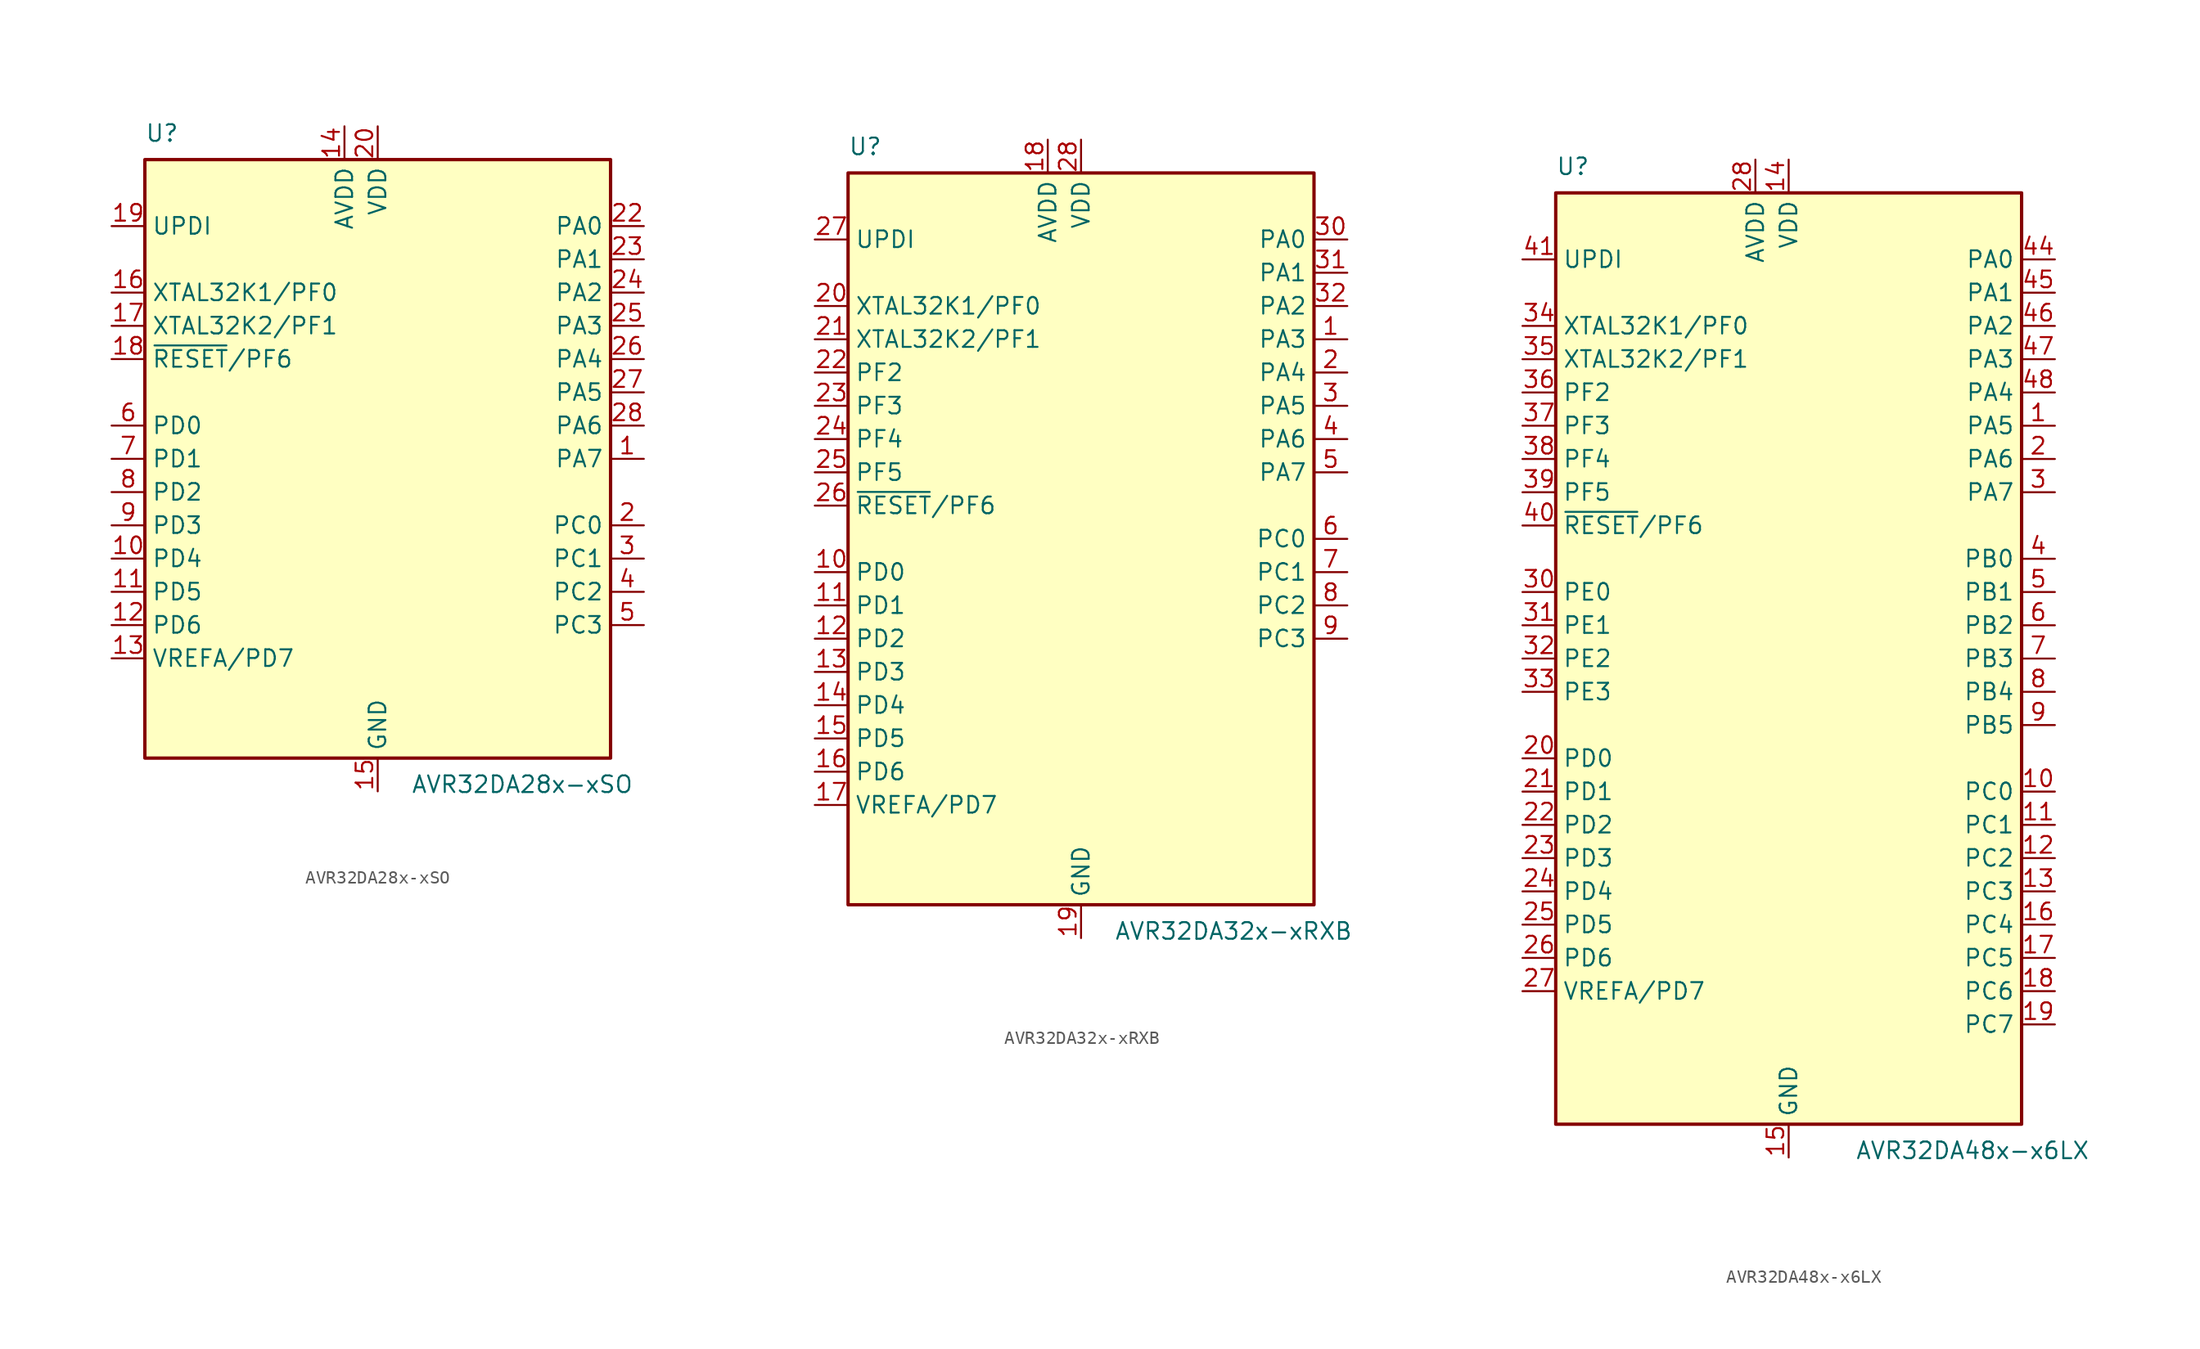
<source format=kicad_sym>
(kicad_symbol_lib
  (version 20231120)
  (generator "kicad_symbol_editor")
  (generator_version "8.0")
  (symbol "AVR32DA28x-xSO"
    (property "Reference" "U"
      (at -17.78 24.13 0)
      (effects (font (size 1.27 1.27)) (justify left bottom)))
    (property "Value" "AVR32DA28x-xSO"
      (at 2.54 -24.13 0)
      (effects (font (size 1.27 1.27)) (justify left top)))
    (symbol "AVR32DA28x-xSO_0_1"
      (rectangle (start -17.78 22.86) (end 17.78 -22.86) (stroke (width 0.254) (type default)) (fill (type background))))
    (symbol "AVR32DA28x-xSO_1_1"
      (pin bidirectional line (at 20.32 0 180) (length 2.54) (name "PA7" (effects (font (size 1.27 1.27)))) (number "1" (effects (font (size 1.27 1.27)))))
      (pin bidirectional line (at -20.32 -7.62 0) (length 2.54) (name "PD4" (effects (font (size 1.27 1.27)))) (number "10" (effects (font (size 1.27 1.27)))))
      (pin bidirectional line (at -20.32 -10.16 0) (length 2.54) (name "PD5" (effects (font (size 1.27 1.27)))) (number "11" (effects (font (size 1.27 1.27)))))
      (pin bidirectional line (at -20.32 -12.7 0) (length 2.54) (name "PD6" (effects (font (size 1.27 1.27)))) (number "12" (effects (font (size 1.27 1.27)))))
      (pin bidirectional line (at -20.32 -15.24 0) (length 2.54) (name "VREFA/PD7" (effects (font (size 1.27 1.27)))) (number "13" (effects (font (size 1.27 1.27)))))
      (pin power_in line (at -2.54 25.4 270) (length 2.54) (name "AVDD" (effects (font (size 1.27 1.27)))) (number "14" (effects (font (size 1.27 1.27)))))
      (pin power_in line (at 0 -25.4 90) (length 2.54) (name "GND" (effects (font (size 1.27 1.27)))) (number "15" (effects (font (size 1.27 1.27)))))
      (pin bidirectional line (at -20.32 12.7 0) (length 2.54) (name "XTAL32K1/PF0" (effects (font (size 1.27 1.27)))) (number "16" (effects (font (size 1.27 1.27)))))
      (pin bidirectional line (at -20.32 10.16 0) (length 2.54) (name "XTAL32K2/PF1" (effects (font (size 1.27 1.27)))) (number "17" (effects (font (size 1.27 1.27)))))
      (pin bidirectional line (at -20.32 7.62 0) (length 2.54) (name "~{RESET}/PF6" (effects (font (size 1.27 1.27)))) (number "18" (effects (font (size 1.27 1.27)))))
      (pin input line (at -20.32 17.78 0) (length 2.54) (name "UPDI" (effects (font (size 1.27 1.27)))) (number "19" (effects (font (size 1.27 1.27)))))
      (pin bidirectional line (at 20.32 -5.08 180) (length 2.54) (name "PC0" (effects (font (size 1.27 1.27)))) (number "2" (effects (font (size 1.27 1.27)))))
      (pin power_in line (at 0 25.4 270) (length 2.54) (name "VDD" (effects (font (size 1.27 1.27)))) (number "20" (effects (font (size 1.27 1.27)))))
      (pin passive line (at 0 -25.4 90) (length 2.54) hide (name "GND" (effects (font (size 1.27 1.27)))) (number "21" (effects (font (size 1.27 1.27)))))
      (pin bidirectional line (at 20.32 17.78 180) (length 2.54) (name "PA0" (effects (font (size 1.27 1.27)))) (number "22" (effects (font (size 1.27 1.27)))))
      (pin bidirectional line (at 20.32 15.24 180) (length 2.54) (name "PA1" (effects (font (size 1.27 1.27)))) (number "23" (effects (font (size 1.27 1.27)))))
      (pin bidirectional line (at 20.32 12.7 180) (length 2.54) (name "PA2" (effects (font (size 1.27 1.27)))) (number "24" (effects (font (size 1.27 1.27)))))
      (pin bidirectional line (at 20.32 10.16 180) (length 2.54) (name "PA3" (effects (font (size 1.27 1.27)))) (number "25" (effects (font (size 1.27 1.27)))))
      (pin bidirectional line (at 20.32 7.62 180) (length 2.54) (name "PA4" (effects (font (size 1.27 1.27)))) (number "26" (effects (font (size 1.27 1.27)))))
      (pin bidirectional line (at 20.32 5.08 180) (length 2.54) (name "PA5" (effects (font (size 1.27 1.27)))) (number "27" (effects (font (size 1.27 1.27)))))
      (pin bidirectional line (at 20.32 2.54 180) (length 2.54) (name "PA6" (effects (font (size 1.27 1.27)))) (number "28" (effects (font (size 1.27 1.27)))))
      (pin bidirectional line (at 20.32 -7.62 180) (length 2.54) (name "PC1" (effects (font (size 1.27 1.27)))) (number "3" (effects (font (size 1.27 1.27)))))
      (pin bidirectional line (at 20.32 -10.16 180) (length 2.54) (name "PC2" (effects (font (size 1.27 1.27)))) (number "4" (effects (font (size 1.27 1.27)))))
      (pin bidirectional line (at 20.32 -12.7 180) (length 2.54) (name "PC3" (effects (font (size 1.27 1.27)))) (number "5" (effects (font (size 1.27 1.27)))))
      (pin bidirectional line (at -20.32 2.54 0) (length 2.54) (name "PD0" (effects (font (size 1.27 1.27)))) (number "6" (effects (font (size 1.27 1.27)))))
      (pin bidirectional line (at -20.32 0 0) (length 2.54) (name "PD1" (effects (font (size 1.27 1.27)))) (number "7" (effects (font (size 1.27 1.27)))))
      (pin bidirectional line (at -20.32 -2.54 0) (length 2.54) (name "PD2" (effects (font (size 1.27 1.27)))) (number "8" (effects (font (size 1.27 1.27)))))
      (pin bidirectional line (at -20.32 -5.08 0) (length 2.54) (name "PD3" (effects (font (size 1.27 1.27)))) (number "9" (effects (font (size 1.27 1.27)))))))
  (symbol "AVR32DA32x-xRXB"
    (property "Reference" "U"
      (at -17.78 29.21 0)
      (effects (font (size 1.27 1.27)) (justify left bottom)))
    (property "Value" "AVR32DA32x-xRXB"
      (at 2.54 -29.21 0)
      (effects (font (size 1.27 1.27)) (justify left top)))
    (symbol "AVR32DA32x-xRXB_0_1"
      (rectangle (start -17.78 27.94) (end 17.78 -27.94) (stroke (width 0.254) (type default)) (fill (type background))))
    (symbol "AVR32DA32x-xRXB_1_1"
      (pin bidirectional line (at 20.32 15.24 180) (length 2.54) (name "PA3" (effects (font (size 1.27 1.27)))) (number "1" (effects (font (size 1.27 1.27)))))
      (pin bidirectional line (at -20.32 -2.54 0) (length 2.54) (name "PD0" (effects (font (size 1.27 1.27)))) (number "10" (effects (font (size 1.27 1.27)))))
      (pin bidirectional line (at -20.32 -5.08 0) (length 2.54) (name "PD1" (effects (font (size 1.27 1.27)))) (number "11" (effects (font (size 1.27 1.27)))))
      (pin bidirectional line (at -20.32 -7.62 0) (length 2.54) (name "PD2" (effects (font (size 1.27 1.27)))) (number "12" (effects (font (size 1.27 1.27)))))
      (pin bidirectional line (at -20.32 -10.16 0) (length 2.54) (name "PD3" (effects (font (size 1.27 1.27)))) (number "13" (effects (font (size 1.27 1.27)))))
      (pin bidirectional line (at -20.32 -12.7 0) (length 2.54) (name "PD4" (effects (font (size 1.27 1.27)))) (number "14" (effects (font (size 1.27 1.27)))))
      (pin bidirectional line (at -20.32 -15.24 0) (length 2.54) (name "PD5" (effects (font (size 1.27 1.27)))) (number "15" (effects (font (size 1.27 1.27)))))
      (pin bidirectional line (at -20.32 -17.78 0) (length 2.54) (name "PD6" (effects (font (size 1.27 1.27)))) (number "16" (effects (font (size 1.27 1.27)))))
      (pin bidirectional line (at -20.32 -20.32 0) (length 2.54) (name "VREFA/PD7" (effects (font (size 1.27 1.27)))) (number "17" (effects (font (size 1.27 1.27)))))
      (pin power_in line (at -2.54 30.48 270) (length 2.54) (name "AVDD" (effects (font (size 1.27 1.27)))) (number "18" (effects (font (size 1.27 1.27)))))
      (pin power_in line (at 0 -30.48 90) (length 2.54) (name "GND" (effects (font (size 1.27 1.27)))) (number "19" (effects (font (size 1.27 1.27)))))
      (pin bidirectional line (at 20.32 12.7 180) (length 2.54) (name "PA4" (effects (font (size 1.27 1.27)))) (number "2" (effects (font (size 1.27 1.27)))))
      (pin bidirectional line (at -20.32 17.78 0) (length 2.54) (name "XTAL32K1/PF0" (effects (font (size 1.27 1.27)))) (number "20" (effects (font (size 1.27 1.27)))))
      (pin bidirectional line (at -20.32 15.24 0) (length 2.54) (name "XTAL32K2/PF1" (effects (font (size 1.27 1.27)))) (number "21" (effects (font (size 1.27 1.27)))))
      (pin bidirectional line (at -20.32 12.7 0) (length 2.54) (name "PF2" (effects (font (size 1.27 1.27)))) (number "22" (effects (font (size 1.27 1.27)))))
      (pin bidirectional line (at -20.32 10.16 0) (length 2.54) (name "PF3" (effects (font (size 1.27 1.27)))) (number "23" (effects (font (size 1.27 1.27)))))
      (pin bidirectional line (at -20.32 7.62 0) (length 2.54) (name "PF4" (effects (font (size 1.27 1.27)))) (number "24" (effects (font (size 1.27 1.27)))))
      (pin bidirectional line (at -20.32 5.08 0) (length 2.54) (name "PF5" (effects (font (size 1.27 1.27)))) (number "25" (effects (font (size 1.27 1.27)))))
      (pin bidirectional line (at -20.32 2.54 0) (length 2.54) (name "~{RESET}/PF6" (effects (font (size 1.27 1.27)))) (number "26" (effects (font (size 1.27 1.27)))))
      (pin input line (at -20.32 22.86 0) (length 2.54) (name "UPDI" (effects (font (size 1.27 1.27)))) (number "27" (effects (font (size 1.27 1.27)))))
      (pin power_in line (at 0 30.48 270) (length 2.54) (name "VDD" (effects (font (size 1.27 1.27)))) (number "28" (effects (font (size 1.27 1.27)))))
      (pin passive line (at 0 -30.48 90) (length 2.54) hide (name "GND" (effects (font (size 1.27 1.27)))) (number "29" (effects (font (size 1.27 1.27)))))
      (pin bidirectional line (at 20.32 10.16 180) (length 2.54) (name "PA5" (effects (font (size 1.27 1.27)))) (number "3" (effects (font (size 1.27 1.27)))))
      (pin bidirectional line (at 20.32 22.86 180) (length 2.54) (name "PA0" (effects (font (size 1.27 1.27)))) (number "30" (effects (font (size 1.27 1.27)))))
      (pin bidirectional line (at 20.32 20.32 180) (length 2.54) (name "PA1" (effects (font (size 1.27 1.27)))) (number "31" (effects (font (size 1.27 1.27)))))
      (pin bidirectional line (at 20.32 17.78 180) (length 2.54) (name "PA2" (effects (font (size 1.27 1.27)))) (number "32" (effects (font (size 1.27 1.27)))))
      (pin passive line (at 0 -30.48 90) (length 2.54) hide (name "GND" (effects (font (size 1.27 1.27)))) (number "33" (effects (font (size 1.27 1.27)))))
      (pin bidirectional line (at 20.32 7.62 180) (length 2.54) (name "PA6" (effects (font (size 1.27 1.27)))) (number "4" (effects (font (size 1.27 1.27)))))
      (pin bidirectional line (at 20.32 5.08 180) (length 2.54) (name "PA7" (effects (font (size 1.27 1.27)))) (number "5" (effects (font (size 1.27 1.27)))))
      (pin bidirectional line (at 20.32 0 180) (length 2.54) (name "PC0" (effects (font (size 1.27 1.27)))) (number "6" (effects (font (size 1.27 1.27)))))
      (pin bidirectional line (at 20.32 -2.54 180) (length 2.54) (name "PC1" (effects (font (size 1.27 1.27)))) (number "7" (effects (font (size 1.27 1.27)))))
      (pin bidirectional line (at 20.32 -5.08 180) (length 2.54) (name "PC2" (effects (font (size 1.27 1.27)))) (number "8" (effects (font (size 1.27 1.27)))))
      (pin bidirectional line (at 20.32 -7.62 180) (length 2.54) (name "PC3" (effects (font (size 1.27 1.27)))) (number "9" (effects (font (size 1.27 1.27)))))))
  (symbol "AVR32DA48x-x6LX"
    (property "Reference" "U"
      (at -17.78 36.83 0)
      (effects (font (size 1.27 1.27)) (justify left bottom)))
    (property "Value" "AVR32DA48x-x6LX"
      (at 5.08 -36.83 0)
      (effects (font (size 1.27 1.27)) (justify left top)))
    (symbol "AVR32DA48x-x6LX_0_1"
      (rectangle (start -17.78 35.56) (end 17.78 -35.56) (stroke (width 0.254) (type default)) (fill (type background))))
    (symbol "AVR32DA48x-x6LX_1_1"
      (pin bidirectional line (at 20.32 17.78 180) (length 2.54) (name "PA5" (effects (font (size 1.27 1.27)))) (number "1" (effects (font (size 1.27 1.27)))))
      (pin bidirectional line (at 20.32 -10.16 180) (length 2.54) (name "PC0" (effects (font (size 1.27 1.27)))) (number "10" (effects (font (size 1.27 1.27)))))
      (pin bidirectional line (at 20.32 -12.7 180) (length 2.54) (name "PC1" (effects (font (size 1.27 1.27)))) (number "11" (effects (font (size 1.27 1.27)))))
      (pin bidirectional line (at 20.32 -15.24 180) (length 2.54) (name "PC2" (effects (font (size 1.27 1.27)))) (number "12" (effects (font (size 1.27 1.27)))))
      (pin bidirectional line (at 20.32 -17.78 180) (length 2.54) (name "PC3" (effects (font (size 1.27 1.27)))) (number "13" (effects (font (size 1.27 1.27)))))
      (pin power_in line (at 0 38.1 270) (length 2.54) (name "VDD" (effects (font (size 1.27 1.27)))) (number "14" (effects (font (size 1.27 1.27)))))
      (pin power_in line (at 0 -38.1 90) (length 2.54) (name "GND" (effects (font (size 1.27 1.27)))) (number "15" (effects (font (size 1.27 1.27)))))
      (pin bidirectional line (at 20.32 -20.32 180) (length 2.54) (name "PC4" (effects (font (size 1.27 1.27)))) (number "16" (effects (font (size 1.27 1.27)))))
      (pin bidirectional line (at 20.32 -22.86 180) (length 2.54) (name "PC5" (effects (font (size 1.27 1.27)))) (number "17" (effects (font (size 1.27 1.27)))))
      (pin bidirectional line (at 20.32 -25.4 180) (length 2.54) (name "PC6" (effects (font (size 1.27 1.27)))) (number "18" (effects (font (size 1.27 1.27)))))
      (pin bidirectional line (at 20.32 -27.94 180) (length 2.54) (name "PC7" (effects (font (size 1.27 1.27)))) (number "19" (effects (font (size 1.27 1.27)))))
      (pin bidirectional line (at 20.32 15.24 180) (length 2.54) (name "PA6" (effects (font (size 1.27 1.27)))) (number "2" (effects (font (size 1.27 1.27)))))
      (pin bidirectional line (at -20.32 -7.62 0) (length 2.54) (name "PD0" (effects (font (size 1.27 1.27)))) (number "20" (effects (font (size 1.27 1.27)))))
      (pin bidirectional line (at -20.32 -10.16 0) (length 2.54) (name "PD1" (effects (font (size 1.27 1.27)))) (number "21" (effects (font (size 1.27 1.27)))))
      (pin bidirectional line (at -20.32 -12.7 0) (length 2.54) (name "PD2" (effects (font (size 1.27 1.27)))) (number "22" (effects (font (size 1.27 1.27)))))
      (pin bidirectional line (at -20.32 -15.24 0) (length 2.54) (name "PD3" (effects (font (size 1.27 1.27)))) (number "23" (effects (font (size 1.27 1.27)))))
      (pin bidirectional line (at -20.32 -17.78 0) (length 2.54) (name "PD4" (effects (font (size 1.27 1.27)))) (number "24" (effects (font (size 1.27 1.27)))))
      (pin bidirectional line (at -20.32 -20.32 0) (length 2.54) (name "PD5" (effects (font (size 1.27 1.27)))) (number "25" (effects (font (size 1.27 1.27)))))
      (pin bidirectional line (at -20.32 -22.86 0) (length 2.54) (name "PD6" (effects (font (size 1.27 1.27)))) (number "26" (effects (font (size 1.27 1.27)))))
      (pin bidirectional line (at -20.32 -25.4 0) (length 2.54) (name "VREFA/PD7" (effects (font (size 1.27 1.27)))) (number "27" (effects (font (size 1.27 1.27)))))
      (pin power_in line (at -2.54 38.1 270) (length 2.54) (name "AVDD" (effects (font (size 1.27 1.27)))) (number "28" (effects (font (size 1.27 1.27)))))
      (pin passive line (at 0 -38.1 90) (length 2.54) hide (name "GND" (effects (font (size 1.27 1.27)))) (number "29" (effects (font (size 1.27 1.27)))))
      (pin bidirectional line (at 20.32 12.7 180) (length 2.54) (name "PA7" (effects (font (size 1.27 1.27)))) (number "3" (effects (font (size 1.27 1.27)))))
      (pin bidirectional line (at -20.32 5.08 0) (length 2.54) (name "PE0" (effects (font (size 1.27 1.27)))) (number "30" (effects (font (size 1.27 1.27)))))
      (pin bidirectional line (at -20.32 2.54 0) (length 2.54) (name "PE1" (effects (font (size 1.27 1.27)))) (number "31" (effects (font (size 1.27 1.27)))))
      (pin bidirectional line (at -20.32 0 0) (length 2.54) (name "PE2" (effects (font (size 1.27 1.27)))) (number "32" (effects (font (size 1.27 1.27)))))
      (pin bidirectional line (at -20.32 -2.54 0) (length 2.54) (name "PE3" (effects (font (size 1.27 1.27)))) (number "33" (effects (font (size 1.27 1.27)))))
      (pin bidirectional line (at -20.32 25.4 0) (length 2.54) (name "XTAL32K1/PF0" (effects (font (size 1.27 1.27)))) (number "34" (effects (font (size 1.27 1.27)))))
      (pin bidirectional line (at -20.32 22.86 0) (length 2.54) (name "XTAL32K2/PF1" (effects (font (size 1.27 1.27)))) (number "35" (effects (font (size 1.27 1.27)))))
      (pin bidirectional line (at -20.32 20.32 0) (length 2.54) (name "PF2" (effects (font (size 1.27 1.27)))) (number "36" (effects (font (size 1.27 1.27)))))
      (pin bidirectional line (at -20.32 17.78 0) (length 2.54) (name "PF3" (effects (font (size 1.27 1.27)))) (number "37" (effects (font (size 1.27 1.27)))))
      (pin bidirectional line (at -20.32 15.24 0) (length 2.54) (name "PF4" (effects (font (size 1.27 1.27)))) (number "38" (effects (font (size 1.27 1.27)))))
      (pin bidirectional line (at -20.32 12.7 0) (length 2.54) (name "PF5" (effects (font (size 1.27 1.27)))) (number "39" (effects (font (size 1.27 1.27)))))
      (pin bidirectional line (at 20.32 7.62 180) (length 2.54) (name "PB0" (effects (font (size 1.27 1.27)))) (number "4" (effects (font (size 1.27 1.27)))))
      (pin bidirectional line (at -20.32 10.16 0) (length 2.54) (name "~{RESET}/PF6" (effects (font (size 1.27 1.27)))) (number "40" (effects (font (size 1.27 1.27)))))
      (pin input line (at -20.32 30.48 0) (length 2.54) (name "UPDI" (effects (font (size 1.27 1.27)))) (number "41" (effects (font (size 1.27 1.27)))))
      (pin passive line (at 0 38.1 270) (length 2.54) hide (name "VDD" (effects (font (size 1.27 1.27)))) (number "42" (effects (font (size 1.27 1.27)))))
      (pin passive line (at 0 -38.1 90) (length 2.54) hide (name "GND" (effects (font (size 1.27 1.27)))) (number "43" (effects (font (size 1.27 1.27)))))
      (pin bidirectional line (at 20.32 30.48 180) (length 2.54) (name "PA0" (effects (font (size 1.27 1.27)))) (number "44" (effects (font (size 1.27 1.27)))))
      (pin bidirectional line (at 20.32 27.94 180) (length 2.54) (name "PA1" (effects (font (size 1.27 1.27)))) (number "45" (effects (font (size 1.27 1.27)))))
      (pin bidirectional line (at 20.32 25.4 180) (length 2.54) (name "PA2" (effects (font (size 1.27 1.27)))) (number "46" (effects (font (size 1.27 1.27)))))
      (pin bidirectional line (at 20.32 22.86 180) (length 2.54) (name "PA3" (effects (font (size 1.27 1.27)))) (number "47" (effects (font (size 1.27 1.27)))))
      (pin bidirectional line (at 20.32 20.32 180) (length 2.54) (name "PA4" (effects (font (size 1.27 1.27)))) (number "48" (effects (font (size 1.27 1.27)))))
      (pin passive line (at 0 -38.1 90) (length 2.54) hide (name "GND" (effects (font (size 1.27 1.27)))) (number "49" (effects (font (size 1.27 1.27)))))
      (pin bidirectional line (at 20.32 5.08 180) (length 2.54) (name "PB1" (effects (font (size 1.27 1.27)))) (number "5" (effects (font (size 1.27 1.27)))))
      (pin bidirectional line (at 20.32 2.54 180) (length 2.54) (name "PB2" (effects (font (size 1.27 1.27)))) (number "6" (effects (font (size 1.27 1.27)))))
      (pin bidirectional line (at 20.32 0 180) (length 2.54) (name "PB3" (effects (font (size 1.27 1.27)))) (number "7" (effects (font (size 1.27 1.27)))))
      (pin bidirectional line (at 20.32 -2.54 180) (length 2.54) (name "PB4" (effects (font (size 1.27 1.27)))) (number "8" (effects (font (size 1.27 1.27)))))
      (pin bidirectional line (at 20.32 -5.08 180) (length 2.54) (name "PB5" (effects (font (size 1.27 1.27)))) (number "9" (effects (font (size 1.27 1.27))))))))
</source>
